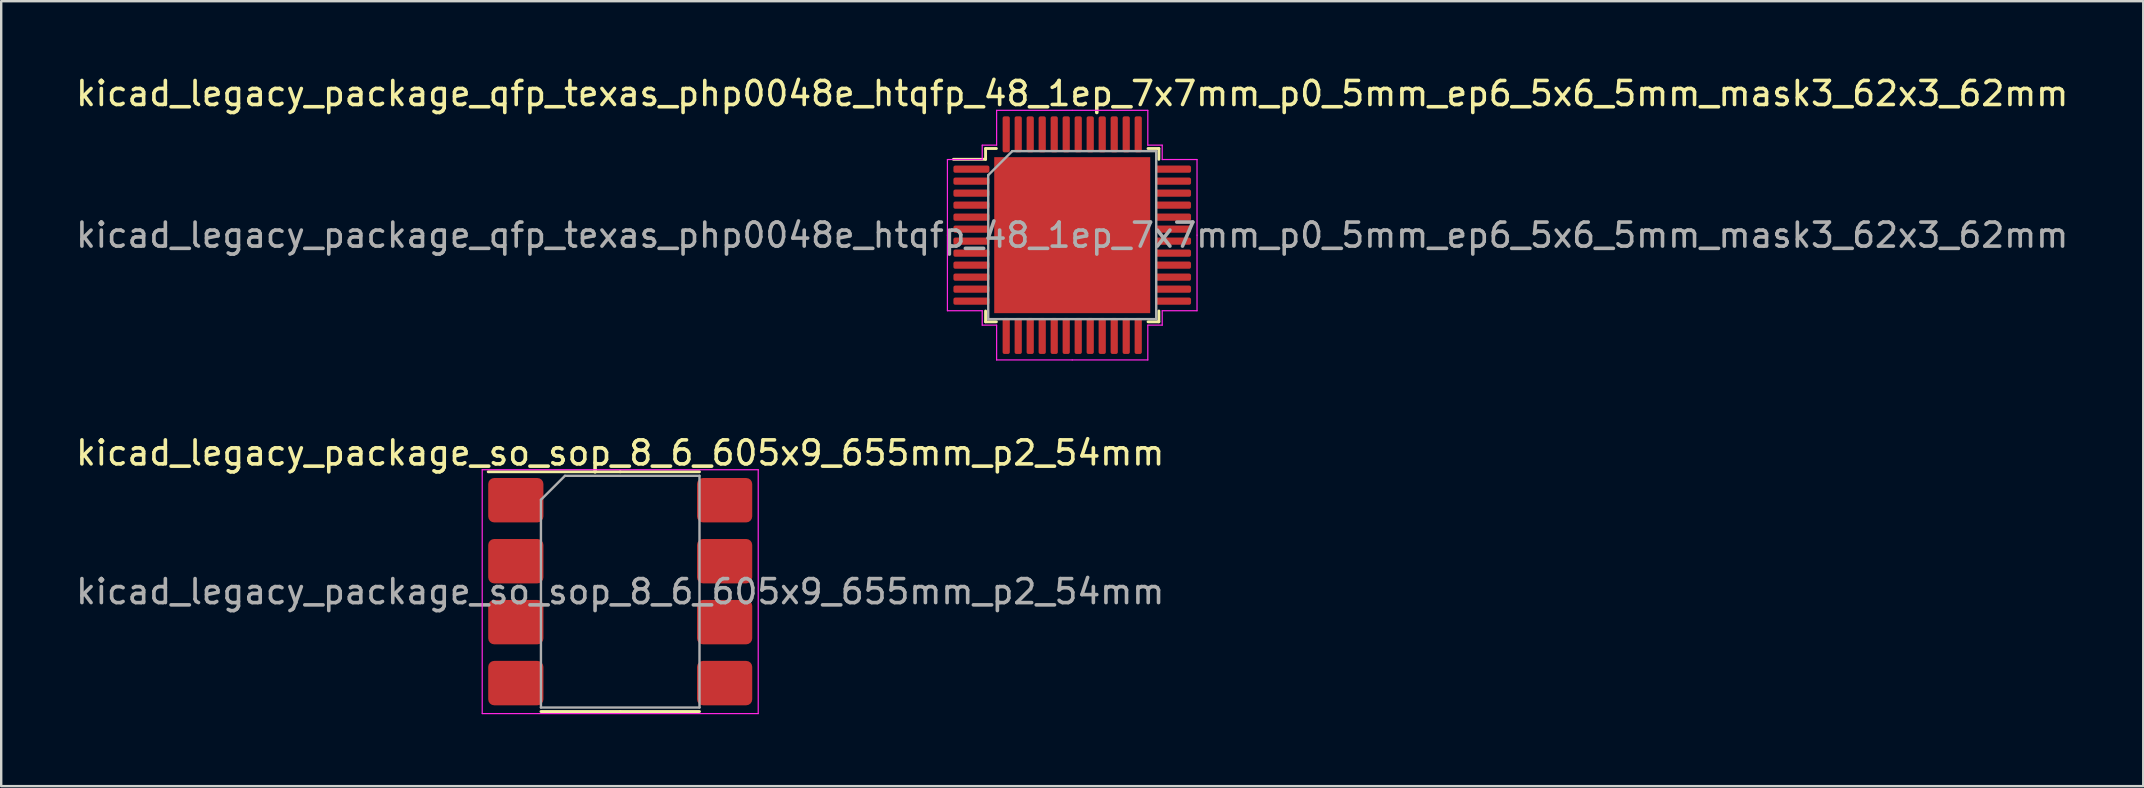
<source format=kicad_pcb>
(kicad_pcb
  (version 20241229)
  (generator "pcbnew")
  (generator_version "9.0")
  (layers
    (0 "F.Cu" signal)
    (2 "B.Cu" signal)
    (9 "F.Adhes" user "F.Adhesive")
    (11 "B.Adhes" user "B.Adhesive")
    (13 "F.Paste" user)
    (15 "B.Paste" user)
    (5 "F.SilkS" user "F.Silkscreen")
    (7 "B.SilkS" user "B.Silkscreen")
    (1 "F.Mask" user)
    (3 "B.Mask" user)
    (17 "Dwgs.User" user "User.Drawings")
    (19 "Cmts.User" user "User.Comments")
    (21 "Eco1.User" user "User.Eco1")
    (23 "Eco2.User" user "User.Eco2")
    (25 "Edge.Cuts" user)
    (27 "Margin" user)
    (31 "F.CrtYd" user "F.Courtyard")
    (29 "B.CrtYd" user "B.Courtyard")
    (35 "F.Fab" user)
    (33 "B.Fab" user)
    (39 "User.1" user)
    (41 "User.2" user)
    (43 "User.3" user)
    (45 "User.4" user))
  (footprint "kicad_legacy_package_qfp_texas_php0048e_htqfp_48_1ep_7x7mm_p0_5mm_ep6_5x6_5mm_mask3_62x3_62mm"
    (layer "F.Cu")
    (at 41.625 6.748)
    (property "Reference" "kicad_legacy_package_qfp_texas_php0048e_htqfp_48_1ep_7x7mm_p0_5mm_ep6_5x6_5mm_mask3_62x3_62mm" (at 0 -5.9 0) (layer "F.SilkS") (effects (font (size 1 1) (thickness 0.15))))
    (attr smd)
    (fp_line (start -3.61 -3.61) (end -3.61 -3.16) (stroke (width 0.12) (type solid)) (layer "F.SilkS"))
    (fp_line (start -3.61 -3.16) (end -4.95 -3.16) (stroke (width 0.12) (type solid)) (layer "F.SilkS"))
    (fp_line (start -3.61 3.61) (end -3.61 3.16) (stroke (width 0.12) (type solid)) (layer "F.SilkS"))
    (fp_line (start -3.16 -3.61) (end -3.61 -3.61) (stroke (width 0.12) (type solid)) (layer "F.SilkS"))
    (fp_line (start -3.16 3.61) (end -3.61 3.61) (stroke (width 0.12) (type solid)) (layer "F.SilkS"))
    (fp_line (start 3.16 -3.61) (end 3.61 -3.61) (stroke (width 0.12) (type solid)) (layer "F.SilkS"))
    (fp_line (start 3.16 3.61) (end 3.61 3.61) (stroke (width 0.12) (type solid)) (layer "F.SilkS"))
    (fp_line (start 3.61 -3.61) (end 3.61 -3.16) (stroke (width 0.12) (type solid)) (layer "F.SilkS"))
    (fp_line (start 3.61 3.61) (end 3.61 3.16) (stroke (width 0.12) (type solid)) (layer "F.SilkS"))
    (fp_line (start -5.2 -3.15) (end -5.2 0) (stroke (width 0.05) (type solid)) (layer "F.CrtYd"))
    (fp_line (start -5.2 3.15) (end -5.2 0) (stroke (width 0.05) (type solid)) (layer "F.CrtYd"))
    (fp_line (start -3.75 -3.75) (end -3.75 -3.15) (stroke (width 0.05) (type solid)) (layer "F.CrtYd"))
    (fp_line (start -3.75 -3.15) (end -5.2 -3.15) (stroke (width 0.05) (type solid)) (layer "F.CrtYd"))
    (fp_line (start -3.75 3.15) (end -5.2 3.15) (stroke (width 0.05) (type solid)) (layer "F.CrtYd"))
    (fp_line (start -3.75 3.75) (end -3.75 3.15) (stroke (width 0.05) (type solid)) (layer "F.CrtYd"))
    (fp_line (start -3.15 -5.2) (end -3.15 -3.75) (stroke (width 0.05) (type solid)) (layer "F.CrtYd"))
    (fp_line (start -3.15 -3.75) (end -3.75 -3.75) (stroke (width 0.05) (type solid)) (layer "F.CrtYd"))
    (fp_line (start -3.15 3.75) (end -3.75 3.75) (stroke (width 0.05) (type solid)) (layer "F.CrtYd"))
    (fp_line (start -3.15 5.2) (end -3.15 3.75) (stroke (width 0.05) (type solid)) (layer "F.CrtYd"))
    (fp_line (start 0 -5.2) (end -3.15 -5.2) (stroke (width 0.05) (type solid)) (layer "F.CrtYd"))
    (fp_line (start 0 -5.2) (end 3.15 -5.2) (stroke (width 0.05) (type solid)) (layer "F.CrtYd"))
    (fp_line (start 0 5.2) (end -3.15 5.2) (stroke (width 0.05) (type solid)) (layer "F.CrtYd"))
    (fp_line (start 0 5.2) (end 3.15 5.2) (stroke (width 0.05) (type solid)) (layer "F.CrtYd"))
    (fp_line (start 3.15 -5.2) (end 3.15 -3.75) (stroke (width 0.05) (type solid)) (layer "F.CrtYd"))
    (fp_line (start 3.15 -3.75) (end 3.75 -3.75) (stroke (width 0.05) (type solid)) (layer "F.CrtYd"))
    (fp_line (start 3.15 3.75) (end 3.75 3.75) (stroke (width 0.05) (type solid)) (layer "F.CrtYd"))
    (fp_line (start 3.15 5.2) (end 3.15 3.75) (stroke (width 0.05) (type solid)) (layer "F.CrtYd"))
    (fp_line (start 3.75 -3.75) (end 3.75 -3.15) (stroke (width 0.05) (type solid)) (layer "F.CrtYd"))
    (fp_line (start 3.75 -3.15) (end 5.2 -3.15) (stroke (width 0.05) (type solid)) (layer "F.CrtYd"))
    (fp_line (start 3.75 3.15) (end 5.2 3.15) (stroke (width 0.05) (type solid)) (layer "F.CrtYd"))
    (fp_line (start 3.75 3.75) (end 3.75 3.15) (stroke (width 0.05) (type solid)) (layer "F.CrtYd"))
    (fp_line (start 5.2 -3.15) (end 5.2 0) (stroke (width 0.05) (type solid)) (layer "F.CrtYd"))
    (fp_line (start 5.2 3.15) (end 5.2 0) (stroke (width 0.05) (type solid)) (layer "F.CrtYd"))
    (fp_line (start -3.5 -2.5) (end -2.5 -3.5) (stroke (width 0.1) (type solid)) (layer "F.Fab"))
    (fp_line (start -3.5 3.5) (end -3.5 -2.5) (stroke (width 0.1) (type solid)) (layer "F.Fab"))
    (fp_line (start -2.5 -3.5) (end 3.5 -3.5) (stroke (width 0.1) (type solid)) (layer "F.Fab"))
    (fp_line (start 3.5 -3.5) (end 3.5 3.5) (stroke (width 0.1) (type solid)) (layer "F.Fab"))
    (fp_line (start 3.5 3.5) (end -3.5 3.5) (stroke (width 0.1) (type solid)) (layer "F.Fab"))
    (fp_text user "${REFERENCE}" (at 0 0 0) (layer "F.Fab") (effects (font (size 1 1) (thickness 0.15))))
    (pad "" smd rect (at 0 0) (size 3.62 3.62) (layers "F.Mask"))
    (pad "" smd roundrect (at 0 0) (size 3.62 3.62) (layers "F.Paste") (roundrect_rratio 0.069))
    (pad "1" smd roundrect (at -4.2 -2.75) (size 1.5 0.3) (layers "F.Cu" "F.Mask" "F.Paste") (roundrect_rratio 0.25))
    (pad "2" smd roundrect (at -4.2 -2.25) (size 1.5 0.3) (layers "F.Cu" "F.Mask" "F.Paste") (roundrect_rratio 0.25))
    (pad "3" smd roundrect (at -4.2 -1.75) (size 1.5 0.3) (layers "F.Cu" "F.Mask" "F.Paste") (roundrect_rratio 0.25))
    (pad "4" smd roundrect (at -4.2 -1.25) (size 1.5 0.3) (layers "F.Cu" "F.Mask" "F.Paste") (roundrect_rratio 0.25))
    (pad "5" smd roundrect (at -4.2 -0.75) (size 1.5 0.3) (layers "F.Cu" "F.Mask" "F.Paste") (roundrect_rratio 0.25))
    (pad "6" smd roundrect (at -4.2 -0.25) (size 1.5 0.3) (layers "F.Cu" "F.Mask" "F.Paste") (roundrect_rratio 0.25))
    (pad "7" smd roundrect (at -4.2 0.25) (size 1.5 0.3) (layers "F.Cu" "F.Mask" "F.Paste") (roundrect_rratio 0.25))
    (pad "8" smd roundrect (at -4.2 0.75) (size 1.5 0.3) (layers "F.Cu" "F.Mask" "F.Paste") (roundrect_rratio 0.25))
    (pad "9" smd roundrect (at -4.2 1.25) (size 1.5 0.3) (layers "F.Cu" "F.Mask" "F.Paste") (roundrect_rratio 0.25))
    (pad "10" smd roundrect (at -4.2 1.75) (size 1.5 0.3) (layers "F.Cu" "F.Mask" "F.Paste") (roundrect_rratio 0.25))
    (pad "11" smd roundrect (at -4.2 2.25) (size 1.5 0.3) (layers "F.Cu" "F.Mask" "F.Paste") (roundrect_rratio 0.25))
    (pad "12" smd roundrect (at -4.2 2.75) (size 1.5 0.3) (layers "F.Cu" "F.Mask" "F.Paste") (roundrect_rratio 0.25))
    (pad "13" smd roundrect (at -2.75 4.2) (size 0.3 1.5) (layers "F.Cu" "F.Mask" "F.Paste") (roundrect_rratio 0.25))
    (pad "14" smd roundrect (at -2.25 4.2) (size 0.3 1.5) (layers "F.Cu" "F.Mask" "F.Paste") (roundrect_rratio 0.25))
    (pad "15" smd roundrect (at -1.75 4.2) (size 0.3 1.5) (layers "F.Cu" "F.Mask" "F.Paste") (roundrect_rratio 0.25))
    (pad "16" smd roundrect (at -1.25 4.2) (size 0.3 1.5) (layers "F.Cu" "F.Mask" "F.Paste") (roundrect_rratio 0.25))
    (pad "17" smd roundrect (at -0.75 4.2) (size 0.3 1.5) (layers "F.Cu" "F.Mask" "F.Paste") (roundrect_rratio 0.25))
    (pad "18" smd roundrect (at -0.25 4.2) (size 0.3 1.5) (layers "F.Cu" "F.Mask" "F.Paste") (roundrect_rratio 0.25))
    (pad "19" smd roundrect (at 0.25 4.2) (size 0.3 1.5) (layers "F.Cu" "F.Mask" "F.Paste") (roundrect_rratio 0.25))
    (pad "20" smd roundrect (at 0.75 4.2) (size 0.3 1.5) (layers "F.Cu" "F.Mask" "F.Paste") (roundrect_rratio 0.25))
    (pad "21" smd roundrect (at 1.25 4.2) (size 0.3 1.5) (layers "F.Cu" "F.Mask" "F.Paste") (roundrect_rratio 0.25))
    (pad "22" smd roundrect (at 1.75 4.2) (size 0.3 1.5) (layers "F.Cu" "F.Mask" "F.Paste") (roundrect_rratio 0.25))
    (pad "23" smd roundrect (at 2.25 4.2) (size 0.3 1.5) (layers "F.Cu" "F.Mask" "F.Paste") (roundrect_rratio 0.25))
    (pad "24" smd roundrect (at 2.75 4.2) (size 0.3 1.5) (layers "F.Cu" "F.Mask" "F.Paste") (roundrect_rratio 0.25))
    (pad "25" smd roundrect (at 4.2 2.75) (size 1.5 0.3) (layers "F.Cu" "F.Mask" "F.Paste") (roundrect_rratio 0.25))
    (pad "26" smd roundrect (at 4.2 2.25) (size 1.5 0.3) (layers "F.Cu" "F.Mask" "F.Paste") (roundrect_rratio 0.25))
    (pad "27" smd roundrect (at 4.2 1.75) (size 1.5 0.3) (layers "F.Cu" "F.Mask" "F.Paste") (roundrect_rratio 0.25))
    (pad "28" smd roundrect (at 4.2 1.25) (size 1.5 0.3) (layers "F.Cu" "F.Mask" "F.Paste") (roundrect_rratio 0.25))
    (pad "29" smd roundrect (at 4.2 0.75) (size 1.5 0.3) (layers "F.Cu" "F.Mask" "F.Paste") (roundrect_rratio 0.25))
    (pad "30" smd roundrect (at 4.2 0.25) (size 1.5 0.3) (layers "F.Cu" "F.Mask" "F.Paste") (roundrect_rratio 0.25))
    (pad "31" smd roundrect (at 4.2 -0.25) (size 1.5 0.3) (layers "F.Cu" "F.Mask" "F.Paste") (roundrect_rratio 0.25))
    (pad "32" smd roundrect (at 4.2 -0.75) (size 1.5 0.3) (layers "F.Cu" "F.Mask" "F.Paste") (roundrect_rratio 0.25))
    (pad "33" smd roundrect (at 4.2 -1.25) (size 1.5 0.3) (layers "F.Cu" "F.Mask" "F.Paste") (roundrect_rratio 0.25))
    (pad "34" smd roundrect (at 4.2 -1.75) (size 1.5 0.3) (layers "F.Cu" "F.Mask" "F.Paste") (roundrect_rratio 0.25))
    (pad "35" smd roundrect (at 4.2 -2.25) (size 1.5 0.3) (layers "F.Cu" "F.Mask" "F.Paste") (roundrect_rratio 0.25))
    (pad "36" smd roundrect (at 4.2 -2.75) (size 1.5 0.3) (layers "F.Cu" "F.Mask" "F.Paste") (roundrect_rratio 0.25))
    (pad "37" smd roundrect (at 2.75 -4.2) (size 0.3 1.5) (layers "F.Cu" "F.Mask" "F.Paste") (roundrect_rratio 0.25))
    (pad "38" smd roundrect (at 2.25 -4.2) (size 0.3 1.5) (layers "F.Cu" "F.Mask" "F.Paste") (roundrect_rratio 0.25))
    (pad "39" smd roundrect (at 1.75 -4.2) (size 0.3 1.5) (layers "F.Cu" "F.Mask" "F.Paste") (roundrect_rratio 0.25))
    (pad "40" smd roundrect (at 1.25 -4.2) (size 0.3 1.5) (layers "F.Cu" "F.Mask" "F.Paste") (roundrect_rratio 0.25))
    (pad "41" smd roundrect (at 0.75 -4.2) (size 0.3 1.5) (layers "F.Cu" "F.Mask" "F.Paste") (roundrect_rratio 0.25))
    (pad "42" smd roundrect (at 0.25 -4.2) (size 0.3 1.5) (layers "F.Cu" "F.Mask" "F.Paste") (roundrect_rratio 0.25))
    (pad "43" smd roundrect (at -0.25 -4.2) (size 0.3 1.5) (layers "F.Cu" "F.Mask" "F.Paste") (roundrect_rratio 0.25))
    (pad "44" smd roundrect (at -0.75 -4.2) (size 0.3 1.5) (layers "F.Cu" "F.Mask" "F.Paste") (roundrect_rratio 0.25))
    (pad "45" smd roundrect (at -1.25 -4.2) (size 0.3 1.5) (layers "F.Cu" "F.Mask" "F.Paste") (roundrect_rratio 0.25))
    (pad "46" smd roundrect (at -1.75 -4.2) (size 0.3 1.5) (layers "F.Cu" "F.Mask" "F.Paste") (roundrect_rratio 0.25))
    (pad "47" smd roundrect (at -2.25 -4.2) (size 0.3 1.5) (layers "F.Cu" "F.Mask" "F.Paste") (roundrect_rratio 0.25))
    (pad "48" smd roundrect (at -2.75 -4.2) (size 0.3 1.5) (layers "F.Cu" "F.Mask" "F.Paste") (roundrect_rratio 0.25))
    (pad "49" smd rect (at 0 0) (size 6.5 6.5) (layers "F.Cu")))
  (footprint "kicad_legacy_package_so_sop_8_6_605x9_655mm_p2_54mm"
    (layer "F.Cu")
    (at 22.792 21.602)
    (property "Reference" "kicad_legacy_package_so_sop_8_6_605x9_655mm_p2_54mm" (at 0 -5.78 0) (layer "F.SilkS") (effects (font (size 1 1) (thickness 0.15))))
    (attr smd)
    (fp_line (start 0 -4.995) (end -5.5 -4.995) (stroke (width 0.12) (type solid)) (layer "F.SilkS"))
    (fp_line (start 0 -4.995) (end 3.303 -4.995) (stroke (width 0.12) (type solid)) (layer "F.SilkS"))
    (fp_line (start 0 4.995) (end -3.303 4.995) (stroke (width 0.12) (type solid)) (layer "F.SilkS"))
    (fp_line (start 0 4.995) (end 3.303 4.995) (stroke (width 0.12) (type solid)) (layer "F.SilkS"))
    (fp_line (start -5.75 -5.08) (end -5.75 5.08) (stroke (width 0.05) (type solid)) (layer "F.CrtYd"))
    (fp_line (start -5.75 5.08) (end 5.75 5.08) (stroke (width 0.05) (type solid)) (layer "F.CrtYd"))
    (fp_line (start 5.75 -5.08) (end -5.75 -5.08) (stroke (width 0.05) (type solid)) (layer "F.CrtYd"))
    (fp_line (start 5.75 5.08) (end 5.75 -5.08) (stroke (width 0.05) (type solid)) (layer "F.CrtYd"))
    (fp_line (start -3.303 -3.828) (end -2.303 -4.827) (stroke (width 0.1) (type solid)) (layer "F.Fab"))
    (fp_line (start -3.303 4.827) (end -3.303 -3.828) (stroke (width 0.1) (type solid)) (layer "F.Fab"))
    (fp_line (start -2.303 -4.827) (end 3.303 -4.827) (stroke (width 0.1) (type solid)) (layer "F.Fab"))
    (fp_line (start 3.303 -4.827) (end 3.303 4.827) (stroke (width 0.1) (type solid)) (layer "F.Fab"))
    (fp_line (start 3.303 4.827) (end -3.303 4.827) (stroke (width 0.1) (type solid)) (layer "F.Fab"))
    (fp_text user "${REFERENCE}" (at 0 0 0) (layer "F.Fab") (effects (font (size 1 1) (thickness 0.15))))
    (pad "1" smd roundrect (at -4.35 -3.81) (size 2.3 1.85) (layers "F.Cu" "F.Mask" "F.Paste") (roundrect_rratio 0.135))
    (pad "2" smd roundrect (at -4.35 -1.27) (size 2.3 1.85) (layers "F.Cu" "F.Mask" "F.Paste") (roundrect_rratio 0.135))
    (pad "3" smd roundrect (at -4.35 1.27) (size 2.3 1.85) (layers "F.Cu" "F.Mask" "F.Paste") (roundrect_rratio 0.135))
    (pad "4" smd roundrect (at -4.35 3.81) (size 2.3 1.85) (layers "F.Cu" "F.Mask" "F.Paste") (roundrect_rratio 0.135))
    (pad "5" smd roundrect (at 4.35 3.81) (size 2.3 1.85) (layers "F.Cu" "F.Mask" "F.Paste") (roundrect_rratio 0.135))
    (pad "6" smd roundrect (at 4.35 1.27) (size 2.3 1.85) (layers "F.Cu" "F.Mask" "F.Paste") (roundrect_rratio 0.135))
    (pad "7" smd roundrect (at 4.35 -1.27) (size 2.3 1.85) (layers "F.Cu" "F.Mask" "F.Paste") (roundrect_rratio 0.135))
    (pad "8" smd roundrect (at 4.35 -3.81) (size 2.3 1.85) (layers "F.Cu" "F.Mask" "F.Paste") (roundrect_rratio 0.135)))
  (gr_rect
    (start -3 -3)
    (end 86.25 29.706)
    (stroke (width 0.1) (type default))
    (fill no)
    (layer "Edge.Cuts")))
</source>
